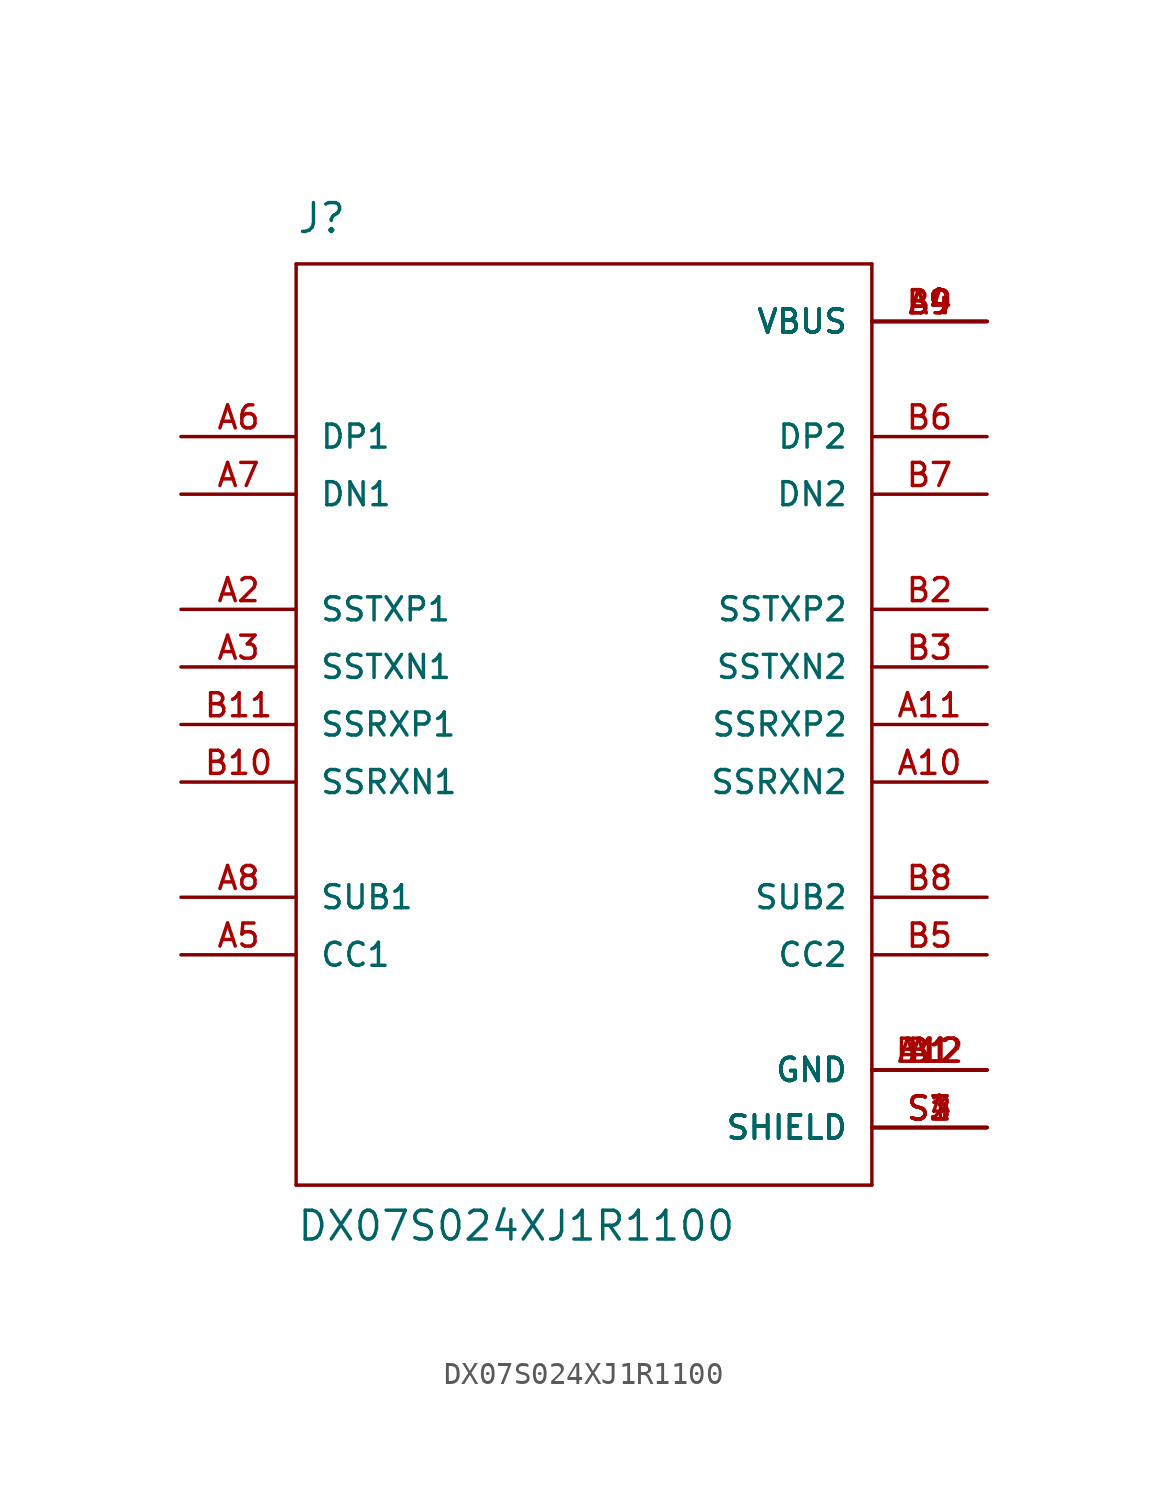
<source format=kicad_sym>
(kicad_symbol_lib
  (version 20220914)
  (generator kicad_symbol_editor)
  (symbol "DX07S024XJ1R1100"
    (pin_names
      (offset 1.016))
    (property "Reference" "J"
      (at -12.7 21.59 0)
      (effects (font (size 1.27 1.27)) (justify left bottom)))
    (property "Value" "DX07S024XJ1R1100"
      (at -12.7 -22.86 0)
      (effects (font (size 1.27 1.27)) (justify left bottom)))
    (property "ki_locked" ""
      (at 0 0 0)
      (effects (font (size 1.27 1.27))))
    (symbol "DX07S024XJ1R1100_0_0"
      (polyline (pts (xy -12.7 -20.32) (xy -12.7 20.32)) (stroke (width 0.152) (type solid)) (fill (type none)))
      (polyline (pts (xy -12.7 20.32) (xy 12.7 20.32)) (stroke (width 0.152) (type solid)) (fill (type none)))
      (polyline (pts (xy 12.7 -20.32) (xy -12.7 -20.32)) (stroke (width 0.152) (type solid)) (fill (type none)))
      (polyline (pts (xy 12.7 20.32) (xy 12.7 -20.32)) (stroke (width 0.152) (type solid)) (fill (type none)))
      (pin power_in line (at 17.78 -15.24 180) (length 5.08) (name "GND" (effects (font (size 1.016 1.016)))) (number "A1" (effects (font (size 1.016 1.016)))))
      (pin bidirectional line (at 17.78 -2.54 180) (length 5.08) (name "SSRXN2" (effects (font (size 1.016 1.016)))) (number "A10" (effects (font (size 1.016 1.016)))))
      (pin bidirectional line (at 17.78 0 180) (length 5.08) (name "SSRXP2" (effects (font (size 1.016 1.016)))) (number "A11" (effects (font (size 1.016 1.016)))))
      (pin power_in line (at 17.78 -15.24 180) (length 5.08) (name "GND" (effects (font (size 1.016 1.016)))) (number "A12" (effects (font (size 1.016 1.016)))))
      (pin bidirectional line (at -17.78 5.08 0) (length 5.08) (name "SSTXP1" (effects (font (size 1.016 1.016)))) (number "A2" (effects (font (size 1.016 1.016)))))
      (pin bidirectional line (at -17.78 2.54 0) (length 5.08) (name "SSTXN1" (effects (font (size 1.016 1.016)))) (number "A3" (effects (font (size 1.016 1.016)))))
      (pin power_in line (at 17.78 17.78 180) (length 5.08) (name "VBUS" (effects (font (size 1.016 1.016)))) (number "A4" (effects (font (size 1.016 1.016)))))
      (pin bidirectional line (at -17.78 -10.16 0) (length 5.08) (name "CC1" (effects (font (size 1.016 1.016)))) (number "A5" (effects (font (size 1.016 1.016)))))
      (pin bidirectional line (at -17.78 12.7 0) (length 5.08) (name "DP1" (effects (font (size 1.016 1.016)))) (number "A6" (effects (font (size 1.016 1.016)))))
      (pin bidirectional line (at -17.78 10.16 0) (length 5.08) (name "DN1" (effects (font (size 1.016 1.016)))) (number "A7" (effects (font (size 1.016 1.016)))))
      (pin bidirectional line (at -17.78 -7.62 0) (length 5.08) (name "SUB1" (effects (font (size 1.016 1.016)))) (number "A8" (effects (font (size 1.016 1.016)))))
      (pin power_in line (at 17.78 17.78 180) (length 5.08) (name "VBUS" (effects (font (size 1.016 1.016)))) (number "A9" (effects (font (size 1.016 1.016)))))
      (pin power_in line (at 17.78 -15.24 180) (length 5.08) (name "GND" (effects (font (size 1.016 1.016)))) (number "B1" (effects (font (size 1.016 1.016)))))
      (pin bidirectional line (at -17.78 -2.54 0) (length 5.08) (name "SSRXN1" (effects (font (size 1.016 1.016)))) (number "B10" (effects (font (size 1.016 1.016)))))
      (pin bidirectional line (at -17.78 0 0) (length 5.08) (name "SSRXP1" (effects (font (size 1.016 1.016)))) (number "B11" (effects (font (size 1.016 1.016)))))
      (pin power_in line (at 17.78 -15.24 180) (length 5.08) (name "GND" (effects (font (size 1.016 1.016)))) (number "B12" (effects (font (size 1.016 1.016)))))
      (pin bidirectional line (at 17.78 5.08 180) (length 5.08) (name "SSTXP2" (effects (font (size 1.016 1.016)))) (number "B2" (effects (font (size 1.016 1.016)))))
      (pin bidirectional line (at 17.78 2.54 180) (length 5.08) (name "SSTXN2" (effects (font (size 1.016 1.016)))) (number "B3" (effects (font (size 1.016 1.016)))))
      (pin power_in line (at 17.78 17.78 180) (length 5.08) (name "VBUS" (effects (font (size 1.016 1.016)))) (number "B4" (effects (font (size 1.016 1.016)))))
      (pin bidirectional line (at 17.78 -10.16 180) (length 5.08) (name "CC2" (effects (font (size 1.016 1.016)))) (number "B5" (effects (font (size 1.016 1.016)))))
      (pin bidirectional line (at 17.78 12.7 180) (length 5.08) (name "DP2" (effects (font (size 1.016 1.016)))) (number "B6" (effects (font (size 1.016 1.016)))))
      (pin bidirectional line (at 17.78 10.16 180) (length 5.08) (name "DN2" (effects (font (size 1.016 1.016)))) (number "B7" (effects (font (size 1.016 1.016)))))
      (pin bidirectional line (at 17.78 -7.62 180) (length 5.08) (name "SUB2" (effects (font (size 1.016 1.016)))) (number "B8" (effects (font (size 1.016 1.016)))))
      (pin power_in line (at 17.78 17.78 180) (length 5.08) (name "VBUS" (effects (font (size 1.016 1.016)))) (number "B9" (effects (font (size 1.016 1.016)))))
      (pin passive line (at 17.78 -17.78 180) (length 5.08) (name "SHIELD" (effects (font (size 1.016 1.016)))) (number "S1" (effects (font (size 1.016 1.016)))))
      (pin passive line (at 17.78 -17.78 180) (length 5.08) (name "SHIELD" (effects (font (size 1.016 1.016)))) (number "S2" (effects (font (size 1.016 1.016)))))
      (pin passive line (at 17.78 -17.78 180) (length 5.08) (name "SHIELD" (effects (font (size 1.016 1.016)))) (number "S3" (effects (font (size 1.016 1.016)))))
      (pin passive line (at 17.78 -17.78 180) (length 5.08) (name "SHIELD" (effects (font (size 1.016 1.016)))) (number "S4" (effects (font (size 1.016 1.016))))))))
</source>
